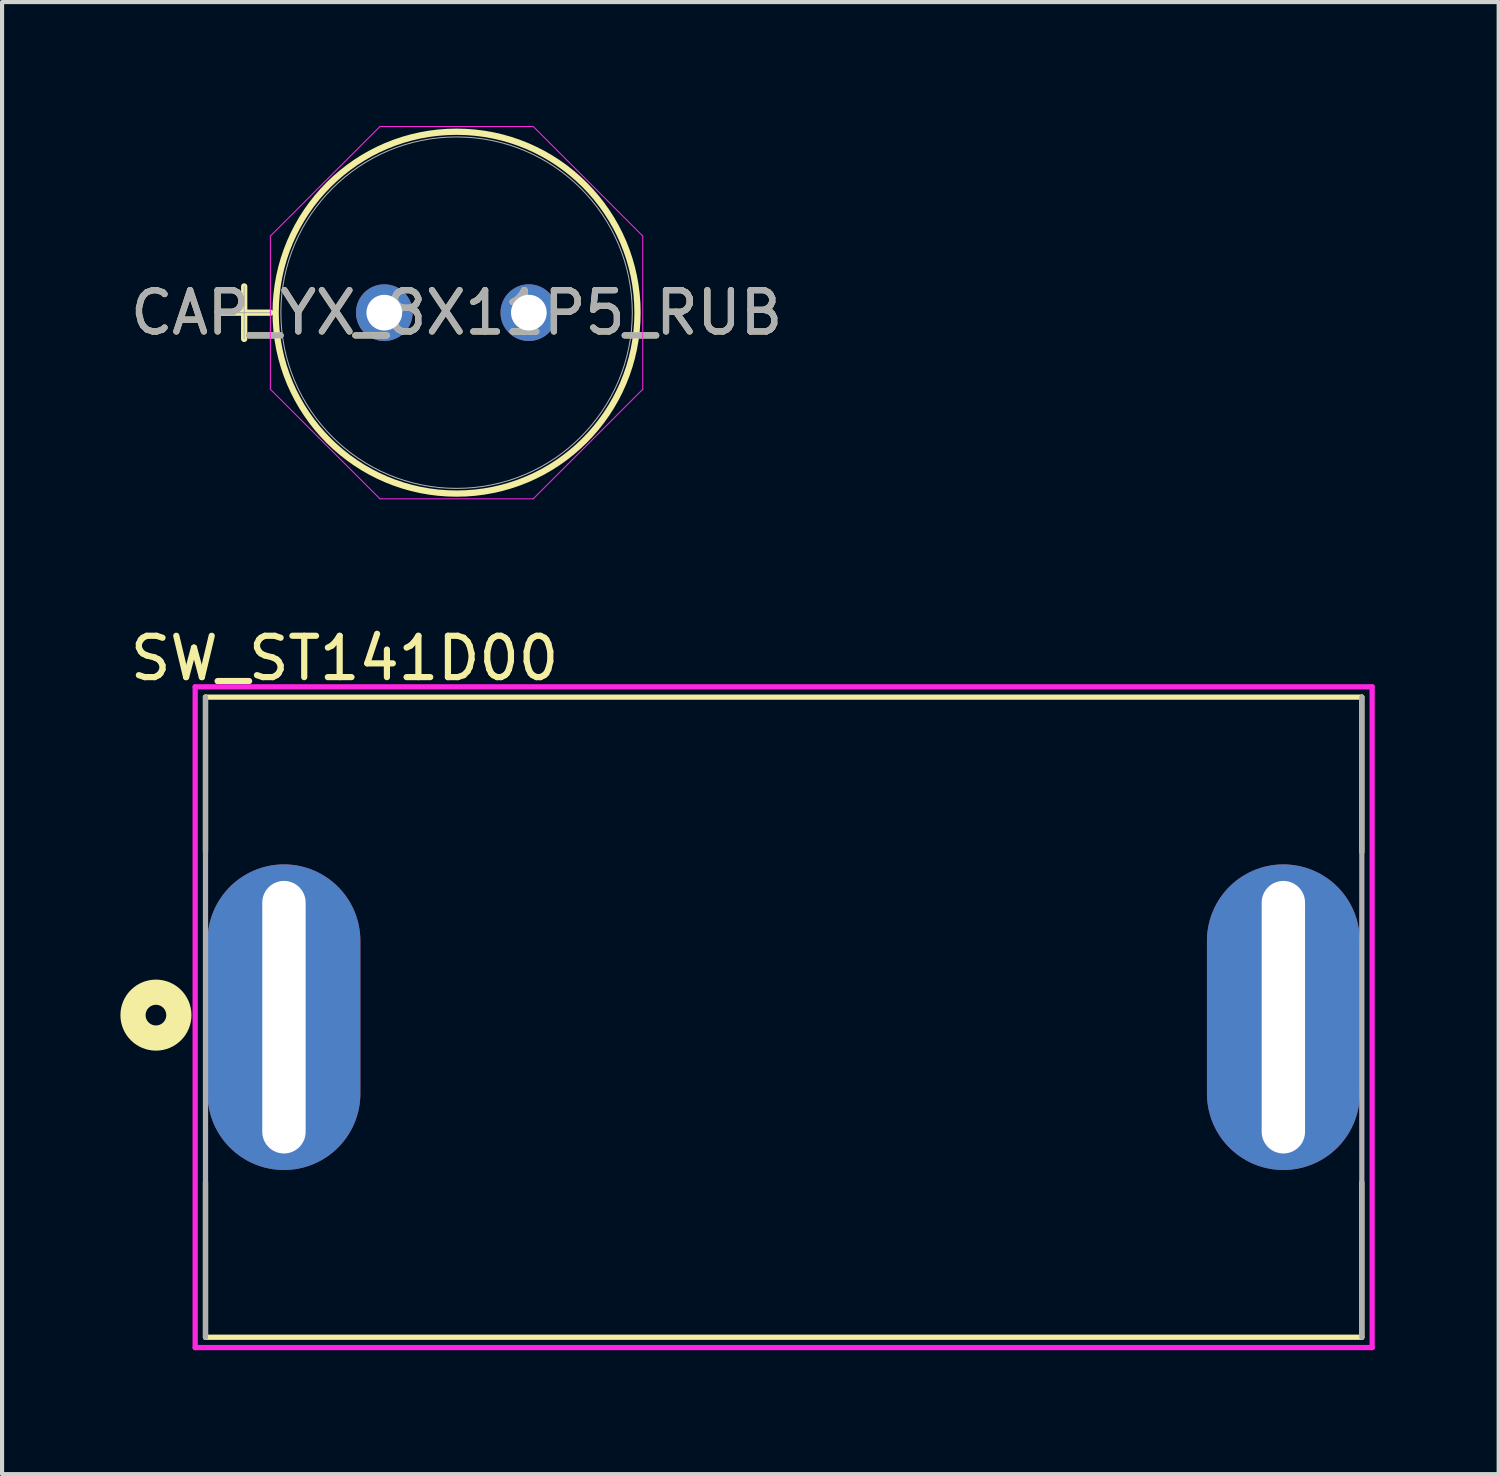
<source format=kicad_pcb>
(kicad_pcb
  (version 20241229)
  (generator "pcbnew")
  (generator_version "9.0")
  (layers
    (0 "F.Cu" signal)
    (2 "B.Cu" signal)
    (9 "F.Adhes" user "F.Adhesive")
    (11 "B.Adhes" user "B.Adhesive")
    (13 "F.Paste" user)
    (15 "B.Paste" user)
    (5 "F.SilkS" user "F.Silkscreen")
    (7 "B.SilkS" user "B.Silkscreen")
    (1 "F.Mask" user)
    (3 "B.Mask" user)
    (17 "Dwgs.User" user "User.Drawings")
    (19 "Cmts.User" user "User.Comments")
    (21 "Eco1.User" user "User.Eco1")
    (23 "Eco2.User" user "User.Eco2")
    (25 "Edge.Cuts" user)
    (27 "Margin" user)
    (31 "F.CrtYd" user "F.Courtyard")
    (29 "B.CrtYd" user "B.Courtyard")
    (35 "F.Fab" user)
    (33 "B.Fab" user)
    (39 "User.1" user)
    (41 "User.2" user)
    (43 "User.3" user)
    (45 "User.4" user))
  (footprint "SW_ST141D00"
    (layer "F.Cu")
    (at 15.926 21.581)
    (property "Reference" "SW_ST141D00" (at -10.632 -8.69 0) (layer "F.SilkS") (effects (font (size 1.001 1.001) (thickness 0.15))))
    (attr through_hole)
    (fp_line (start -14 -7.75) (end 14 -7.75) (stroke (width 0.127) (type solid)) (layer "F.SilkS"))
    (fp_line (start -14 -4) (end -14 -7.75) (stroke (width 0.127) (type solid)) (layer "F.SilkS"))
    (fp_line (start -14 7.75) (end -14 4) (stroke (width 0.127) (type solid)) (layer "F.SilkS"))
    (fp_line (start 14 -4) (end 14 -7.75) (stroke (width 0.127) (type solid)) (layer "F.SilkS"))
    (fp_line (start 14 7.75) (end -14 7.75) (stroke (width 0.127) (type solid)) (layer "F.SilkS"))
    (fp_line (start 14 7.75) (end 14 4) (stroke (width 0.127) (type solid)) (layer "F.SilkS"))
    (fp_circle (center -15.2 -0.05) (end -14.95 -0.05) (stroke (width 0.61) (type solid)) (fill no) (layer "F.SilkS"))
    (fp_line (start -14.25 -8) (end 14.25 -8) (stroke (width 0.127) (type solid)) (layer "F.CrtYd"))
    (fp_line (start -14.25 8) (end -14.25 -8) (stroke (width 0.127) (type solid)) (layer "F.CrtYd"))
    (fp_line (start 14.25 -8) (end 14.25 8) (stroke (width 0.127) (type solid)) (layer "F.CrtYd"))
    (fp_line (start 14.25 8) (end -14.25 8) (stroke (width 0.127) (type solid)) (layer "F.CrtYd"))
    (fp_line (start -14 7.75) (end -14 -7.75) (stroke (width 0.127) (type solid)) (layer "F.Fab"))
    (fp_line (start 14 -7.75) (end 14 7.75) (stroke (width 0.127) (type solid)) (layer "F.Fab"))
    (pad "1" thru_hole oval (at -12.1 0) (size 3.7 7.4) (drill oval 1.05 6.6) (layers "*.Cu" "*.Mask"))
    (pad "3" thru_hole oval (at 12.1 0) (size 3.7 7.4) (drill oval 1.05 6.6) (layers "*.Cu" "*.Mask")))
  (footprint "CAP_YX_8X11P5_RUB"
    (layer "F.Cu")
    (at 6.256 4.521)
    (property "Reference" "CAP_YX_8X11P5_RUB" (at 1.75 0 0) (unlocked yes) (layer "F.SilkS") (effects (font (size 1 1) (thickness 0.15))))
    (attr through_hole)
    (fp_line (start -4.029 0) (end -2.759 0) (stroke (width 0.152) (type solid)) (layer "F.SilkS"))
    (fp_line (start -3.393 -0.635) (end -3.393 0.635) (stroke (width 0.152) (type solid)) (layer "F.SilkS"))
    (fp_circle (center 1.75 0) (end 6.131 0) (stroke (width 0.152) (type solid)) (fill no) (layer "F.SilkS"))
    (fp_line (start -2.759 -1.856) (end -0.106 -4.508) (stroke (width 0.025) (type solid)) (layer "F.CrtYd"))
    (fp_line (start -2.759 1.856) (end -2.759 -1.856) (stroke (width 0.025) (type solid)) (layer "F.CrtYd"))
    (fp_line (start -0.106 -4.508) (end 3.606 -4.508) (stroke (width 0.025) (type solid)) (layer "F.CrtYd"))
    (fp_line (start -0.106 4.508) (end -2.759 1.856) (stroke (width 0.025) (type solid)) (layer "F.CrtYd"))
    (fp_line (start 3.606 -4.508) (end 6.258 -1.856) (stroke (width 0.025) (type solid)) (layer "F.CrtYd"))
    (fp_line (start 3.606 4.508) (end -0.106 4.508) (stroke (width 0.025) (type solid)) (layer "F.CrtYd"))
    (fp_line (start 6.258 -1.856) (end 6.258 1.856) (stroke (width 0.025) (type solid)) (layer "F.CrtYd"))
    (fp_line (start 6.258 1.856) (end 3.606 4.508) (stroke (width 0.025) (type solid)) (layer "F.CrtYd"))
    (fp_line (start -4.029 0) (end -2.759 0) (stroke (width 0.025) (type solid)) (layer "F.Fab"))
    (fp_line (start -3.393 -0.635) (end -3.393 0.635) (stroke (width 0.025) (type solid)) (layer "F.Fab"))
    (fp_circle (center 1.75 0) (end 6.005 0) (stroke (width 0.025) (type solid)) (fill no) (layer "F.Fab"))
    (fp_text user "${REFERENCE}" (at 1.75 0 0) (unlocked yes) (layer "F.Fab") (effects (font (size 1 1) (thickness 0.15))))
    (pad "1" thru_hole circle (at 0 0) (size 1.372 1.372) (drill 0.864) (layers "*.Cu" "*.Mask"))
    (pad "2" thru_hole circle (at 3.5 0) (size 1.372 1.372) (drill 0.864) (layers "*.Cu" "*.Mask")))
  (gr_rect
    (start -3 -3)
    (end 33.24 32.645)
    (stroke (width 0.1) (type default))
    (fill no)
    (layer "Edge.Cuts")))
</source>
